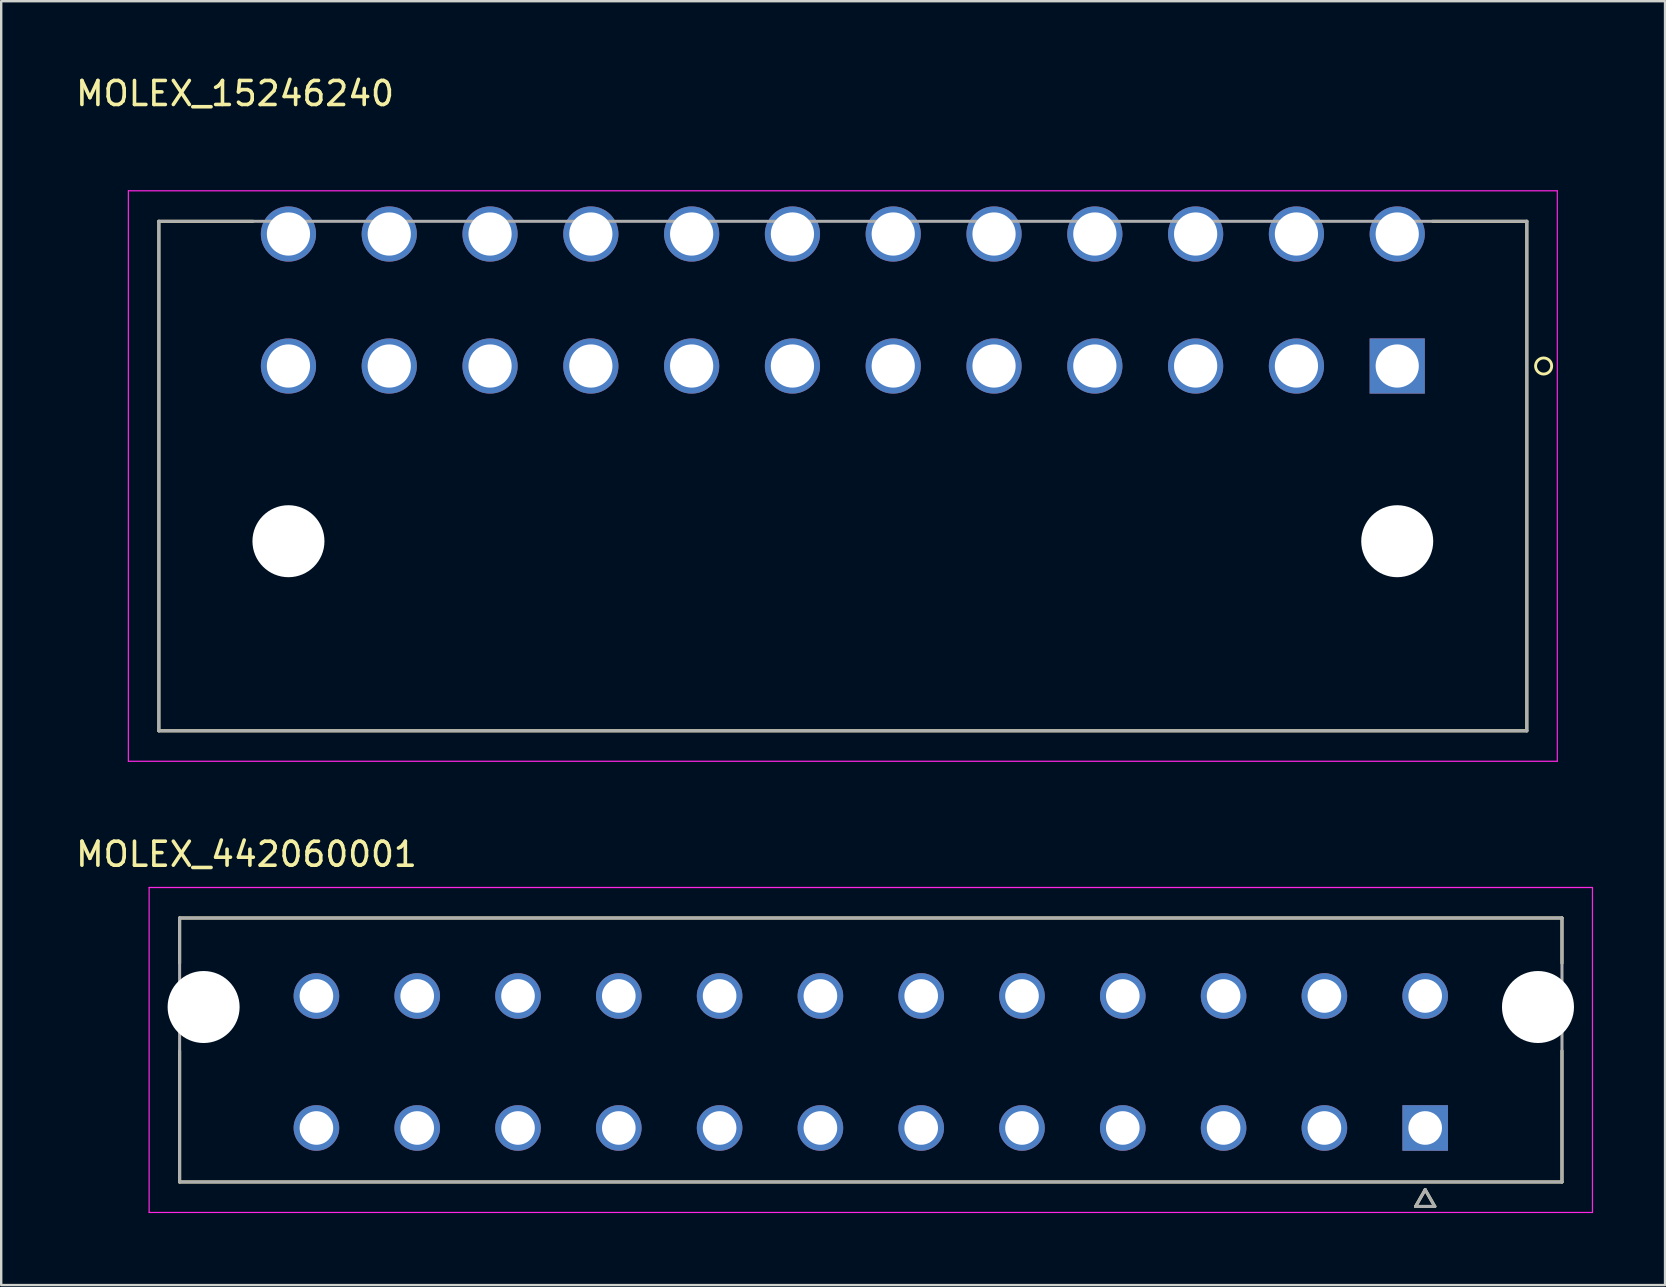
<source format=kicad_pcb>
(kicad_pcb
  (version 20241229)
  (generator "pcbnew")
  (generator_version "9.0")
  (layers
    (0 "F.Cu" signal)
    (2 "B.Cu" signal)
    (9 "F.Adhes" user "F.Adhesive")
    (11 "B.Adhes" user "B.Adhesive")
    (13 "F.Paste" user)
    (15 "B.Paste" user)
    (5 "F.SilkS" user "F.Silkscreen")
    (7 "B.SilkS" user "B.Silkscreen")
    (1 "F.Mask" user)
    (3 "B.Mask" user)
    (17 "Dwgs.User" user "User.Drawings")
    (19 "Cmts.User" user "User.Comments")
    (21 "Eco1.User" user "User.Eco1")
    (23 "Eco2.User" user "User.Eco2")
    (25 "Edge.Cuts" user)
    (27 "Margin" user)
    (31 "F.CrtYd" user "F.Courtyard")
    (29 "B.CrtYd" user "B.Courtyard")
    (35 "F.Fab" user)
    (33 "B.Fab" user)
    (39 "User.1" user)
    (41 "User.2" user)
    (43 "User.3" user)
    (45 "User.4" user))
  (footprint "MOLEX_442060001"
    (layer "F.Cu")
    (at 56.334 43.95)
    (property "Reference" "MOLEX_442060001" (at -49.114 -11.405 0) (layer "F.SilkS") (effects (font (size 1 1) (thickness 0.15))))
    (attr through_hole)
    (fp_circle (center -50.9 -5.04) (end -50.112 -5.04) (stroke (width 1.576) (type solid)) (fill no) (layer "F.Mask"))
    (fp_circle (center -46.2 -5.5) (end -45.687 -5.5) (stroke (width 1.026) (type solid)) (fill no) (layer "F.Mask"))
    (fp_circle (center -46.2 0) (end -45.687 0) (stroke (width 1.026) (type solid)) (fill no) (layer "F.Mask"))
    (fp_circle (center -42 -5.5) (end -41.487 -5.5) (stroke (width 1.026) (type solid)) (fill no) (layer "F.Mask"))
    (fp_circle (center -42 0) (end -41.487 0) (stroke (width 1.026) (type solid)) (fill no) (layer "F.Mask"))
    (fp_circle (center -37.8 -5.5) (end -37.287 -5.5) (stroke (width 1.026) (type solid)) (fill no) (layer "F.Mask"))
    (fp_circle (center -37.8 0) (end -37.287 0) (stroke (width 1.026) (type solid)) (fill no) (layer "F.Mask"))
    (fp_circle (center -33.6 -5.5) (end -33.087 -5.5) (stroke (width 1.026) (type solid)) (fill no) (layer "F.Mask"))
    (fp_circle (center -33.6 0) (end -33.087 0) (stroke (width 1.026) (type solid)) (fill no) (layer "F.Mask"))
    (fp_circle (center -29.4 -5.5) (end -28.887 -5.5) (stroke (width 1.026) (type solid)) (fill no) (layer "F.Mask"))
    (fp_circle (center -29.4 0) (end -28.887 0) (stroke (width 1.026) (type solid)) (fill no) (layer "F.Mask"))
    (fp_circle (center -25.2 -5.5) (end -24.687 -5.5) (stroke (width 1.026) (type solid)) (fill no) (layer "F.Mask"))
    (fp_circle (center -25.2 0) (end -24.687 0) (stroke (width 1.026) (type solid)) (fill no) (layer "F.Mask"))
    (fp_circle (center -21 -5.5) (end -20.487 -5.5) (stroke (width 1.026) (type solid)) (fill no) (layer "F.Mask"))
    (fp_circle (center -21 0) (end -20.487 0) (stroke (width 1.026) (type solid)) (fill no) (layer "F.Mask"))
    (fp_circle (center -16.8 -5.5) (end -16.287 -5.5) (stroke (width 1.026) (type solid)) (fill no) (layer "F.Mask"))
    (fp_circle (center -16.8 0) (end -16.287 0) (stroke (width 1.026) (type solid)) (fill no) (layer "F.Mask"))
    (fp_circle (center -12.6 -5.5) (end -12.087 -5.5) (stroke (width 1.026) (type solid)) (fill no) (layer "F.Mask"))
    (fp_circle (center -12.6 0) (end -12.087 0) (stroke (width 1.026) (type solid)) (fill no) (layer "F.Mask"))
    (fp_circle (center -8.4 -5.5) (end -7.887 -5.5) (stroke (width 1.026) (type solid)) (fill no) (layer "F.Mask"))
    (fp_circle (center -8.4 0) (end -7.887 0) (stroke (width 1.026) (type solid)) (fill no) (layer "F.Mask"))
    (fp_circle (center -4.2 -5.5) (end -3.687 -5.5) (stroke (width 1.026) (type solid)) (fill no) (layer "F.Mask"))
    (fp_circle (center -4.2 0) (end -3.687 0) (stroke (width 1.026) (type solid)) (fill no) (layer "F.Mask"))
    (fp_circle (center 0 -5.5) (end 0.513 -5.5) (stroke (width 1.026) (type solid)) (fill no) (layer "F.Mask"))
    (fp_circle (center 4.7 -5.04) (end 5.488 -5.04) (stroke (width 1.576) (type solid)) (fill no) (layer "F.Mask"))
    (fp_poly (pts (xy -1.026 -1.026) (xy 1.026 -1.026) (xy 1.026 1.026) (xy -1.026 1.026)) (stroke (width 0.01) (type solid)) (fill yes) (layer "F.Mask"))
    (fp_circle (center -50.9 -5.04) (end -50.112 -5.04) (stroke (width 1.576) (type solid)) (fill no) (layer "B.Mask"))
    (fp_circle (center -46.2 -5.5) (end -45.687 -5.5) (stroke (width 1.026) (type solid)) (fill no) (layer "B.Mask"))
    (fp_circle (center -46.2 0) (end -45.687 0) (stroke (width 1.026) (type solid)) (fill no) (layer "B.Mask"))
    (fp_circle (center -42 -5.5) (end -41.487 -5.5) (stroke (width 1.026) (type solid)) (fill no) (layer "B.Mask"))
    (fp_circle (center -42 0) (end -41.487 0) (stroke (width 1.026) (type solid)) (fill no) (layer "B.Mask"))
    (fp_circle (center -37.8 -5.5) (end -37.287 -5.5) (stroke (width 1.026) (type solid)) (fill no) (layer "B.Mask"))
    (fp_circle (center -37.8 0) (end -37.287 0) (stroke (width 1.026) (type solid)) (fill no) (layer "B.Mask"))
    (fp_circle (center -33.6 -5.5) (end -33.087 -5.5) (stroke (width 1.026) (type solid)) (fill no) (layer "B.Mask"))
    (fp_circle (center -33.6 0) (end -33.087 0) (stroke (width 1.026) (type solid)) (fill no) (layer "B.Mask"))
    (fp_circle (center -29.4 -5.5) (end -28.887 -5.5) (stroke (width 1.026) (type solid)) (fill no) (layer "B.Mask"))
    (fp_circle (center -29.4 0) (end -28.887 0) (stroke (width 1.026) (type solid)) (fill no) (layer "B.Mask"))
    (fp_circle (center -25.2 -5.5) (end -24.687 -5.5) (stroke (width 1.026) (type solid)) (fill no) (layer "B.Mask"))
    (fp_circle (center -25.2 0) (end -24.687 0) (stroke (width 1.026) (type solid)) (fill no) (layer "B.Mask"))
    (fp_circle (center -21 -5.5) (end -20.487 -5.5) (stroke (width 1.026) (type solid)) (fill no) (layer "B.Mask"))
    (fp_circle (center -21 0) (end -20.487 0) (stroke (width 1.026) (type solid)) (fill no) (layer "B.Mask"))
    (fp_circle (center -16.8 -5.5) (end -16.287 -5.5) (stroke (width 1.026) (type solid)) (fill no) (layer "B.Mask"))
    (fp_circle (center -16.8 0) (end -16.287 0) (stroke (width 1.026) (type solid)) (fill no) (layer "B.Mask"))
    (fp_circle (center -12.6 -5.5) (end -12.087 -5.5) (stroke (width 1.026) (type solid)) (fill no) (layer "B.Mask"))
    (fp_circle (center -12.6 0) (end -12.087 0) (stroke (width 1.026) (type solid)) (fill no) (layer "B.Mask"))
    (fp_circle (center -8.4 -5.5) (end -7.887 -5.5) (stroke (width 1.026) (type solid)) (fill no) (layer "B.Mask"))
    (fp_circle (center -8.4 0) (end -7.887 0) (stroke (width 1.026) (type solid)) (fill no) (layer "B.Mask"))
    (fp_circle (center -4.2 -5.5) (end -3.687 -5.5) (stroke (width 1.026) (type solid)) (fill no) (layer "B.Mask"))
    (fp_circle (center -4.2 0) (end -3.687 0) (stroke (width 1.026) (type solid)) (fill no) (layer "B.Mask"))
    (fp_circle (center 0 -5.5) (end 0.513 -5.5) (stroke (width 1.026) (type solid)) (fill no) (layer "B.Mask"))
    (fp_circle (center 4.7 -5.04) (end 5.488 -5.04) (stroke (width 1.576) (type solid)) (fill no) (layer "B.Mask"))
    (fp_poly (pts (xy -1.026 -1.026) (xy 1.026 -1.026) (xy 1.026 1.026) (xy -1.026 1.026)) (stroke (width 0.01) (type solid)) (fill yes) (layer "B.Mask"))
    (fp_line (start -51.9 -8.75) (end -51.9 -6.866) (stroke (width 0.127) (type solid)) (layer "F.SilkS"))
    (fp_line (start -51.9 -8.75) (end 5.7 -8.75) (stroke (width 0.127) (type solid)) (layer "F.SilkS"))
    (fp_line (start -51.9 2.25) (end -51.9 -3.214) (stroke (width 0.127) (type solid)) (layer "F.SilkS"))
    (fp_line (start -0.4 3.27) (end 0.4 3.27) (stroke (width 0.127) (type solid)) (layer "F.SilkS"))
    (fp_line (start 0 2.57) (end -0.4 3.27) (stroke (width 0.127) (type solid)) (layer "F.SilkS"))
    (fp_line (start 0.4 3.27) (end 0 2.57) (stroke (width 0.127) (type solid)) (layer "F.SilkS"))
    (fp_line (start 5.7 -8.75) (end 5.7 -6.866) (stroke (width 0.127) (type solid)) (layer "F.SilkS"))
    (fp_line (start 5.7 2.25) (end -51.9 2.25) (stroke (width 0.127) (type solid)) (layer "F.SilkS"))
    (fp_line (start 5.7 2.25) (end 5.7 -3.214) (stroke (width 0.127) (type solid)) (layer "F.SilkS"))
    (fp_line (start -53.17 -10.02) (end 6.97 -10.02) (stroke (width 0.05) (type solid)) (layer "F.CrtYd"))
    (fp_line (start -53.17 3.52) (end -53.17 -10.02) (stroke (width 0.05) (type solid)) (layer "F.CrtYd"))
    (fp_line (start 6.97 -10.02) (end 6.97 3.52) (stroke (width 0.05) (type solid)) (layer "F.CrtYd"))
    (fp_line (start 6.97 3.52) (end -53.17 3.52) (stroke (width 0.05) (type solid)) (layer "F.CrtYd"))
    (fp_line (start -51.9 -8.75) (end 5.7 -8.75) (stroke (width 0.127) (type solid)) (layer "F.Fab"))
    (fp_line (start -51.9 2.25) (end -51.9 -8.75) (stroke (width 0.127) (type solid)) (layer "F.Fab"))
    (fp_line (start -0.4 3.27) (end 0.4 3.27) (stroke (width 0.127) (type solid)) (layer "F.Fab"))
    (fp_line (start 0 2.57) (end -0.4 3.27) (stroke (width 0.127) (type solid)) (layer "F.Fab"))
    (fp_line (start 0.4 3.27) (end 0 2.57) (stroke (width 0.127) (type solid)) (layer "F.Fab"))
    (fp_line (start 5.7 -8.75) (end 5.7 2.25) (stroke (width 0.127) (type solid)) (layer "F.Fab"))
    (fp_line (start 5.7 2.25) (end -51.9 2.25) (stroke (width 0.127) (type solid)) (layer "F.Fab"))
    (pad "" np_thru_hole circle (at -50.9 -5.04) (size 3 3) (drill 3) (layers "*.Cu" "*.Mask"))
    (pad "" np_thru_hole circle (at 4.7 -5.04) (size 3 3) (drill 3) (layers "*.Cu" "*.Mask"))
    (pad "1" thru_hole rect (at 0 0) (size 1.9 1.9) (drill 1.4) (layers "*.Cu"))
    (pad "2" thru_hole circle (at -4.2 0) (size 1.9 1.9) (drill 1.4) (layers "*.Cu"))
    (pad "3" thru_hole circle (at -8.4 0) (size 1.9 1.9) (drill 1.4) (layers "*.Cu"))
    (pad "4" thru_hole circle (at -12.6 0) (size 1.9 1.9) (drill 1.4) (layers "*.Cu"))
    (pad "5" thru_hole circle (at -16.8 0) (size 1.9 1.9) (drill 1.4) (layers "*.Cu"))
    (pad "6" thru_hole circle (at -21 0) (size 1.9 1.9) (drill 1.4) (layers "*.Cu"))
    (pad "7" thru_hole circle (at -25.2 0) (size 1.9 1.9) (drill 1.4) (layers "*.Cu"))
    (pad "8" thru_hole circle (at -29.4 0) (size 1.9 1.9) (drill 1.4) (layers "*.Cu"))
    (pad "9" thru_hole circle (at -33.6 0) (size 1.9 1.9) (drill 1.4) (layers "*.Cu"))
    (pad "10" thru_hole circle (at -37.8 0) (size 1.9 1.9) (drill 1.4) (layers "*.Cu"))
    (pad "11" thru_hole circle (at -42 0) (size 1.9 1.9) (drill 1.4) (layers "*.Cu"))
    (pad "12" thru_hole circle (at -46.2 0) (size 1.9 1.9) (drill 1.4) (layers "*.Cu"))
    (pad "13" thru_hole circle (at 0 -5.5) (size 1.9 1.9) (drill 1.4) (layers "*.Cu"))
    (pad "14" thru_hole circle (at -4.2 -5.5) (size 1.9 1.9) (drill 1.4) (layers "*.Cu"))
    (pad "15" thru_hole circle (at -8.4 -5.5) (size 1.9 1.9) (drill 1.4) (layers "*.Cu"))
    (pad "16" thru_hole circle (at -12.6 -5.5) (size 1.9 1.9) (drill 1.4) (layers "*.Cu"))
    (pad "17" thru_hole circle (at -16.8 -5.5) (size 1.9 1.9) (drill 1.4) (layers "*.Cu"))
    (pad "18" thru_hole circle (at -21 -5.5) (size 1.9 1.9) (drill 1.4) (layers "*.Cu"))
    (pad "19" thru_hole circle (at -25.2 -5.5) (size 1.9 1.9) (drill 1.4) (layers "*.Cu"))
    (pad "20" thru_hole circle (at -29.4 -5.5) (size 1.9 1.9) (drill 1.4) (layers "*.Cu"))
    (pad "21" thru_hole circle (at -33.6 -5.5) (size 1.9 1.9) (drill 1.4) (layers "*.Cu"))
    (pad "22" thru_hole circle (at -37.8 -5.5) (size 1.9 1.9) (drill 1.4) (layers "*.Cu"))
    (pad "23" thru_hole circle (at -42 -5.5) (size 1.9 1.9) (drill 1.4) (layers "*.Cu"))
    (pad "24" thru_hole circle (at -46.2 -5.5) (size 1.9 1.9) (drill 1.4) (layers "*.Cu")))
  (footprint "MOLEX_15246240"
    (layer "F.Cu")
    (at 55.169 12.201)
    (property "Reference" "MOLEX_15246240" (at -48.425 -11.353 0) (layer "F.SilkS") (effects (font (size 1 1) (thickness 0.15))))
    (attr through_hole)
    (fp_circle (center -46.2 -5.5) (end -45.587 -5.5) (stroke (width 1.226) (type solid)) (fill no) (layer "F.Mask"))
    (fp_circle (center -46.2 0) (end -45.587 0) (stroke (width 1.226) (type solid)) (fill no) (layer "F.Mask"))
    (fp_circle (center -46.2 7.3) (end -45.412 7.3) (stroke (width 1.576) (type solid)) (fill no) (layer "F.Mask"))
    (fp_circle (center -42 -5.5) (end -41.387 -5.5) (stroke (width 1.226) (type solid)) (fill no) (layer "F.Mask"))
    (fp_circle (center -42 0) (end -41.387 0) (stroke (width 1.226) (type solid)) (fill no) (layer "F.Mask"))
    (fp_circle (center -37.8 -5.5) (end -37.187 -5.5) (stroke (width 1.226) (type solid)) (fill no) (layer "F.Mask"))
    (fp_circle (center -37.8 0) (end -37.187 0) (stroke (width 1.226) (type solid)) (fill no) (layer "F.Mask"))
    (fp_circle (center -33.6 -5.5) (end -32.987 -5.5) (stroke (width 1.226) (type solid)) (fill no) (layer "F.Mask"))
    (fp_circle (center -33.6 0) (end -32.987 0) (stroke (width 1.226) (type solid)) (fill no) (layer "F.Mask"))
    (fp_circle (center -29.4 -5.5) (end -28.787 -5.5) (stroke (width 1.226) (type solid)) (fill no) (layer "F.Mask"))
    (fp_circle (center -29.4 0) (end -28.787 0) (stroke (width 1.226) (type solid)) (fill no) (layer "F.Mask"))
    (fp_circle (center -25.2 -5.5) (end -24.587 -5.5) (stroke (width 1.226) (type solid)) (fill no) (layer "F.Mask"))
    (fp_circle (center -25.2 0) (end -24.587 0) (stroke (width 1.226) (type solid)) (fill no) (layer "F.Mask"))
    (fp_circle (center -21 -5.5) (end -20.387 -5.5) (stroke (width 1.226) (type solid)) (fill no) (layer "F.Mask"))
    (fp_circle (center -21 0) (end -20.387 0) (stroke (width 1.226) (type solid)) (fill no) (layer "F.Mask"))
    (fp_circle (center -16.8 -5.5) (end -16.187 -5.5) (stroke (width 1.226) (type solid)) (fill no) (layer "F.Mask"))
    (fp_circle (center -16.8 0) (end -16.187 0) (stroke (width 1.226) (type solid)) (fill no) (layer "F.Mask"))
    (fp_circle (center -12.6 -5.5) (end -11.987 -5.5) (stroke (width 1.226) (type solid)) (fill no) (layer "F.Mask"))
    (fp_circle (center -12.6 0) (end -11.987 0) (stroke (width 1.226) (type solid)) (fill no) (layer "F.Mask"))
    (fp_circle (center -8.4 -5.5) (end -7.787 -5.5) (stroke (width 1.226) (type solid)) (fill no) (layer "F.Mask"))
    (fp_circle (center -8.4 0) (end -7.787 0) (stroke (width 1.226) (type solid)) (fill no) (layer "F.Mask"))
    (fp_circle (center -4.2 -5.5) (end -3.587 -5.5) (stroke (width 1.226) (type solid)) (fill no) (layer "F.Mask"))
    (fp_circle (center -4.2 0) (end -3.587 0) (stroke (width 1.226) (type solid)) (fill no) (layer "F.Mask"))
    (fp_circle (center 0 -5.5) (end 0.613 -5.5) (stroke (width 1.226) (type solid)) (fill no) (layer "F.Mask"))
    (fp_circle (center 0 7.3) (end 0.788 7.3) (stroke (width 1.576) (type solid)) (fill no) (layer "F.Mask"))
    (fp_poly (pts (xy -1.226 -1.226) (xy 1.226 -1.226) (xy 1.226 1.226) (xy -1.226 1.226)) (stroke (width 0.01) (type solid)) (fill yes) (layer "F.Mask"))
    (fp_circle (center -46.2 -5.5) (end -45.587 -5.5) (stroke (width 1.226) (type solid)) (fill no) (layer "B.Mask"))
    (fp_circle (center -46.2 0) (end -45.587 0) (stroke (width 1.226) (type solid)) (fill no) (layer "B.Mask"))
    (fp_circle (center -46.2 7.3) (end -45.412 7.3) (stroke (width 1.576) (type solid)) (fill no) (layer "B.Mask"))
    (fp_circle (center -42 -5.5) (end -41.387 -5.5) (stroke (width 1.226) (type solid)) (fill no) (layer "B.Mask"))
    (fp_circle (center -42 0) (end -41.387 0) (stroke (width 1.226) (type solid)) (fill no) (layer "B.Mask"))
    (fp_circle (center -37.8 -5.5) (end -37.187 -5.5) (stroke (width 1.226) (type solid)) (fill no) (layer "B.Mask"))
    (fp_circle (center -37.8 0) (end -37.187 0) (stroke (width 1.226) (type solid)) (fill no) (layer "B.Mask"))
    (fp_circle (center -33.6 -5.5) (end -32.987 -5.5) (stroke (width 1.226) (type solid)) (fill no) (layer "B.Mask"))
    (fp_circle (center -33.6 0) (end -32.987 0) (stroke (width 1.226) (type solid)) (fill no) (layer "B.Mask"))
    (fp_circle (center -29.4 -5.5) (end -28.787 -5.5) (stroke (width 1.226) (type solid)) (fill no) (layer "B.Mask"))
    (fp_circle (center -29.4 0) (end -28.787 0) (stroke (width 1.226) (type solid)) (fill no) (layer "B.Mask"))
    (fp_circle (center -25.2 -5.5) (end -24.587 -5.5) (stroke (width 1.226) (type solid)) (fill no) (layer "B.Mask"))
    (fp_circle (center -25.2 0) (end -24.587 0) (stroke (width 1.226) (type solid)) (fill no) (layer "B.Mask"))
    (fp_circle (center -21 -5.5) (end -20.387 -5.5) (stroke (width 1.226) (type solid)) (fill no) (layer "B.Mask"))
    (fp_circle (center -21 0) (end -20.387 0) (stroke (width 1.226) (type solid)) (fill no) (layer "B.Mask"))
    (fp_circle (center -16.8 -5.5) (end -16.187 -5.5) (stroke (width 1.226) (type solid)) (fill no) (layer "B.Mask"))
    (fp_circle (center -16.8 0) (end -16.187 0) (stroke (width 1.226) (type solid)) (fill no) (layer "B.Mask"))
    (fp_circle (center -12.6 -5.5) (end -11.987 -5.5) (stroke (width 1.226) (type solid)) (fill no) (layer "B.Mask"))
    (fp_circle (center -12.6 0) (end -11.987 0) (stroke (width 1.226) (type solid)) (fill no) (layer "B.Mask"))
    (fp_circle (center -8.4 -5.5) (end -7.787 -5.5) (stroke (width 1.226) (type solid)) (fill no) (layer "B.Mask"))
    (fp_circle (center -8.4 0) (end -7.787 0) (stroke (width 1.226) (type solid)) (fill no) (layer "B.Mask"))
    (fp_circle (center -4.2 -5.5) (end -3.587 -5.5) (stroke (width 1.226) (type solid)) (fill no) (layer "B.Mask"))
    (fp_circle (center -4.2 0) (end -3.587 0) (stroke (width 1.226) (type solid)) (fill no) (layer "B.Mask"))
    (fp_circle (center 0 -5.5) (end 0.613 -5.5) (stroke (width 1.226) (type solid)) (fill no) (layer "B.Mask"))
    (fp_circle (center 0 7.3) (end 0.788 7.3) (stroke (width 1.576) (type solid)) (fill no) (layer "B.Mask"))
    (fp_poly (pts (xy -1.226 -1.226) (xy 1.226 -1.226) (xy 1.226 1.226) (xy -1.226 1.226)) (stroke (width 0.01) (type solid)) (fill yes) (layer "B.Mask"))
    (fp_line (start -51.6 -6.03) (end -47.676 -6.03) (stroke (width 0.127) (type solid)) (layer "F.SilkS"))
    (fp_line (start -51.6 15.2) (end -51.6 -6.03) (stroke (width 0.127) (type solid)) (layer "F.SilkS"))
    (fp_line (start 5.4 -6.03) (end 1.476 -6.03) (stroke (width 0.127) (type solid)) (layer "F.SilkS"))
    (fp_line (start 5.4 -6.03) (end 5.4 15.2) (stroke (width 0.127) (type solid)) (layer "F.SilkS"))
    (fp_line (start 5.4 15.2) (end -51.6 15.2) (stroke (width 0.127) (type solid)) (layer "F.SilkS"))
    (fp_circle (center 6.1 0) (end 6.25 -0.3) (stroke (width 0.12) (type solid)) (fill no) (layer "F.SilkS"))
    (fp_line (start -52.87 -7.3) (end 6.67 -7.3) (stroke (width 0.05) (type solid)) (layer "F.CrtYd"))
    (fp_line (start -52.87 16.47) (end -52.87 -7.3) (stroke (width 0.05) (type solid)) (layer "F.CrtYd"))
    (fp_line (start 6.67 -7.3) (end 6.67 16.47) (stroke (width 0.05) (type solid)) (layer "F.CrtYd"))
    (fp_line (start 6.67 16.47) (end -52.87 16.47) (stroke (width 0.05) (type solid)) (layer "F.CrtYd"))
    (fp_line (start -51.6 -6.03) (end 5.4 -6.03) (stroke (width 0.127) (type solid)) (layer "F.Fab"))
    (fp_line (start -51.6 15.2) (end -51.6 -6.03) (stroke (width 0.127) (type solid)) (layer "F.Fab"))
    (fp_line (start 5.4 -6.03) (end 5.4 15.2) (stroke (width 0.127) (type solid)) (layer "F.Fab"))
    (fp_line (start 5.4 15.2) (end -51.6 15.2) (stroke (width 0.127) (type solid)) (layer "F.Fab"))
    (pad "" np_thru_hole circle (at -46.2 7.3) (size 3 3) (drill 3) (layers "*.Cu" "*.Mask"))
    (pad "" np_thru_hole circle (at 0 7.3) (size 3 3) (drill 3) (layers "*.Cu" "*.Mask"))
    (pad "1" thru_hole rect (at 0 0) (size 2.3 2.3) (drill 1.8) (layers "*.Cu"))
    (pad "2" thru_hole circle (at -4.2 0) (size 2.3 2.3) (drill 1.8) (layers "*.Cu"))
    (pad "3" thru_hole circle (at -8.4 0) (size 2.3 2.3) (drill 1.8) (layers "*.Cu"))
    (pad "4" thru_hole circle (at -12.6 0) (size 2.3 2.3) (drill 1.8) (layers "*.Cu"))
    (pad "5" thru_hole circle (at -16.8 0) (size 2.3 2.3) (drill 1.8) (layers "*.Cu"))
    (pad "6" thru_hole circle (at -21 0) (size 2.3 2.3) (drill 1.8) (layers "*.Cu"))
    (pad "7" thru_hole circle (at -25.2 0) (size 2.3 2.3) (drill 1.8) (layers "*.Cu"))
    (pad "8" thru_hole circle (at -29.4 0) (size 2.3 2.3) (drill 1.8) (layers "*.Cu"))
    (pad "9" thru_hole circle (at -33.6 0) (size 2.3 2.3) (drill 1.8) (layers "*.Cu"))
    (pad "10" thru_hole circle (at -37.8 0) (size 2.3 2.3) (drill 1.8) (layers "*.Cu"))
    (pad "11" thru_hole circle (at -42 0) (size 2.3 2.3) (drill 1.8) (layers "*.Cu"))
    (pad "12" thru_hole circle (at -46.2 0) (size 2.3 2.3) (drill 1.8) (layers "*.Cu"))
    (pad "13" thru_hole circle (at 0 -5.5) (size 2.3 2.3) (drill 1.8) (layers "*.Cu"))
    (pad "14" thru_hole circle (at -4.2 -5.5) (size 2.3 2.3) (drill 1.8) (layers "*.Cu"))
    (pad "15" thru_hole circle (at -8.4 -5.5) (size 2.3 2.3) (drill 1.8) (layers "*.Cu"))
    (pad "16" thru_hole circle (at -12.6 -5.5) (size 2.3 2.3) (drill 1.8) (layers "*.Cu"))
    (pad "17" thru_hole circle (at -16.8 -5.5) (size 2.3 2.3) (drill 1.8) (layers "*.Cu"))
    (pad "18" thru_hole circle (at -21 -5.5) (size 2.3 2.3) (drill 1.8) (layers "*.Cu"))
    (pad "19" thru_hole circle (at -25.2 -5.5) (size 2.3 2.3) (drill 1.8) (layers "*.Cu"))
    (pad "20" thru_hole circle (at -29.4 -5.5) (size 2.3 2.3) (drill 1.8) (layers "*.Cu"))
    (pad "21" thru_hole circle (at -33.6 -5.5) (size 2.3 2.3) (drill 1.8) (layers "*.Cu"))
    (pad "22" thru_hole circle (at -37.8 -5.5) (size 2.3 2.3) (drill 1.8) (layers "*.Cu"))
    (pad "23" thru_hole circle (at -42 -5.5) (size 2.3 2.3) (drill 1.8) (layers "*.Cu"))
    (pad "24" thru_hole circle (at -46.2 -5.5) (size 2.3 2.3) (drill 1.8) (layers "*.Cu")))
  (gr_rect
    (start -3 -3)
    (end 66.329 50.495)
    (stroke (width 0.1) (type default))
    (fill no)
    (layer "Edge.Cuts")))
</source>
